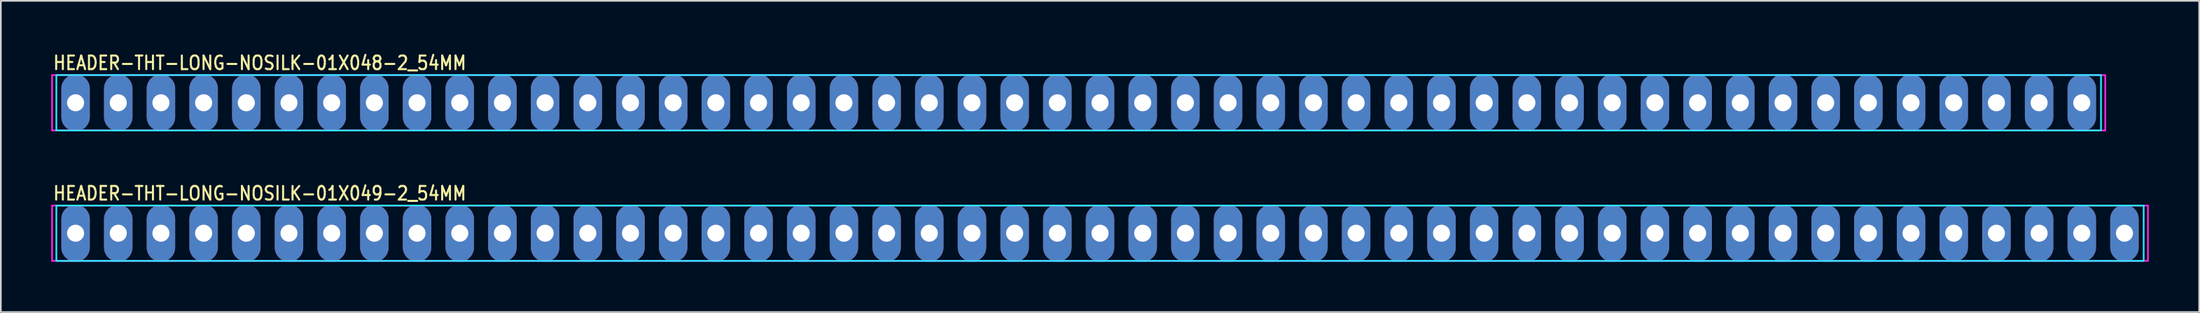
<source format=kicad_pcb>
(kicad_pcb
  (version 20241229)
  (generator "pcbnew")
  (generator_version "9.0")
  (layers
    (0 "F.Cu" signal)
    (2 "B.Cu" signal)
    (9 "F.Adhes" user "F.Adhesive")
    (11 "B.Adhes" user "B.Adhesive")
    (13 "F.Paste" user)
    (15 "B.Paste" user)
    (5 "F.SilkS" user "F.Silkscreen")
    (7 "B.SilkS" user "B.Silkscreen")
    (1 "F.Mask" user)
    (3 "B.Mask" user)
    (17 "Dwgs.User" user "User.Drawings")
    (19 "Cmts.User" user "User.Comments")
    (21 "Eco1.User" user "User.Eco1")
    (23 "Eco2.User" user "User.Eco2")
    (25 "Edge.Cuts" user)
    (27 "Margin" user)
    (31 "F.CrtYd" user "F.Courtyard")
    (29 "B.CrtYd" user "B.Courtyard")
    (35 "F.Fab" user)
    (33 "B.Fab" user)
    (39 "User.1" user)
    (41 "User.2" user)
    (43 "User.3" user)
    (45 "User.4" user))
  (footprint "HEADER-THT-LONG-NOSILK-01X048-2_54MM"
    (layer "F.Cu")
    (at 1.447 3.079)
    (property "Reference" "HEADER-THT-LONG-NOSILK-01X048-2_54MM" (at -1.4 -1.9 0) (unlocked yes) (layer "F.SilkS") (effects (font (size 0.813 0.695) (thickness 0.122)) (justify left bottom)))
    (fp_poly (pts (xy -1.143 -1.651) (xy 120.523 -1.651) (xy 120.523 1.651) (xy -1.143 1.651)) (stroke (width 0.1) (type solid)) (fill no) (layer "B.CrtYd"))
    (fp_poly (pts (xy -1.397 -1.651) (xy 120.777 -1.651) (xy 120.777 1.651) (xy -1.397 1.651)) (stroke (width 0.1) (type solid)) (fill no) (layer "F.CrtYd"))
    (pad "1" thru_hole oval (at 0 0 90) (size 3.387 1.693) (drill 1.016) (layers "*.Cu" "*.Mask"))
    (pad "2" thru_hole oval (at 2.54 0 90) (size 3.387 1.693) (drill 1.016) (layers "*.Cu" "*.Mask"))
    (pad "3" thru_hole oval (at 5.08 0 90) (size 3.387 1.693) (drill 1.016) (layers "*.Cu" "*.Mask"))
    (pad "4" thru_hole oval (at 7.62 0 90) (size 3.387 1.693) (drill 1.016) (layers "*.Cu" "*.Mask"))
    (pad "5" thru_hole oval (at 10.16 0 90) (size 3.387 1.693) (drill 1.016) (layers "*.Cu" "*.Mask"))
    (pad "6" thru_hole oval (at 12.7 0 90) (size 3.387 1.693) (drill 1.016) (layers "*.Cu" "*.Mask"))
    (pad "7" thru_hole oval (at 15.24 0 90) (size 3.387 1.693) (drill 1.016) (layers "*.Cu" "*.Mask"))
    (pad "8" thru_hole oval (at 17.78 0 90) (size 3.387 1.693) (drill 1.016) (layers "*.Cu" "*.Mask"))
    (pad "9" thru_hole oval (at 20.32 0 90) (size 3.387 1.693) (drill 1.016) (layers "*.Cu" "*.Mask"))
    (pad "10" thru_hole oval (at 22.86 0 90) (size 3.387 1.693) (drill 1.016) (layers "*.Cu" "*.Mask"))
    (pad "11" thru_hole oval (at 25.4 0 90) (size 3.387 1.693) (drill 1.016) (layers "*.Cu" "*.Mask"))
    (pad "12" thru_hole oval (at 27.94 0 90) (size 3.387 1.693) (drill 1.016) (layers "*.Cu" "*.Mask"))
    (pad "13" thru_hole oval (at 30.48 0 90) (size 3.387 1.693) (drill 1.016) (layers "*.Cu" "*.Mask"))
    (pad "14" thru_hole oval (at 33.02 0 90) (size 3.387 1.693) (drill 1.016) (layers "*.Cu" "*.Mask"))
    (pad "15" thru_hole oval (at 35.56 0 90) (size 3.387 1.693) (drill 1.016) (layers "*.Cu" "*.Mask"))
    (pad "16" thru_hole oval (at 38.1 0 90) (size 3.387 1.693) (drill 1.016) (layers "*.Cu" "*.Mask"))
    (pad "17" thru_hole oval (at 40.64 0 90) (size 3.387 1.693) (drill 1.016) (layers "*.Cu" "*.Mask"))
    (pad "18" thru_hole oval (at 43.18 0 90) (size 3.387 1.693) (drill 1.016) (layers "*.Cu" "*.Mask"))
    (pad "19" thru_hole oval (at 45.72 0 90) (size 3.387 1.693) (drill 1.016) (layers "*.Cu" "*.Mask"))
    (pad "20" thru_hole oval (at 48.26 0 90) (size 3.387 1.693) (drill 1.016) (layers "*.Cu" "*.Mask"))
    (pad "21" thru_hole oval (at 50.8 0 90) (size 3.387 1.693) (drill 1.016) (layers "*.Cu" "*.Mask"))
    (pad "22" thru_hole oval (at 53.34 0 90) (size 3.387 1.693) (drill 1.016) (layers "*.Cu" "*.Mask"))
    (pad "23" thru_hole oval (at 55.88 0 90) (size 3.387 1.693) (drill 1.016) (layers "*.Cu" "*.Mask"))
    (pad "24" thru_hole oval (at 58.42 0 90) (size 3.387 1.693) (drill 1.016) (layers "*.Cu" "*.Mask"))
    (pad "25" thru_hole oval (at 60.96 0 90) (size 3.387 1.693) (drill 1.016) (layers "*.Cu" "*.Mask"))
    (pad "26" thru_hole oval (at 63.5 0 90) (size 3.387 1.693) (drill 1.016) (layers "*.Cu" "*.Mask"))
    (pad "27" thru_hole oval (at 66.04 0 90) (size 3.387 1.693) (drill 1.016) (layers "*.Cu" "*.Mask"))
    (pad "28" thru_hole oval (at 68.58 0 90) (size 3.387 1.693) (drill 1.016) (layers "*.Cu" "*.Mask"))
    (pad "29" thru_hole oval (at 71.12 0 90) (size 3.387 1.693) (drill 1.016) (layers "*.Cu" "*.Mask"))
    (pad "30" thru_hole oval (at 73.66 0 90) (size 3.387 1.693) (drill 1.016) (layers "*.Cu" "*.Mask"))
    (pad "31" thru_hole oval (at 76.2 0 90) (size 3.387 1.693) (drill 1.016) (layers "*.Cu" "*.Mask"))
    (pad "32" thru_hole oval (at 78.74 0 90) (size 3.387 1.693) (drill 1.016) (layers "*.Cu" "*.Mask"))
    (pad "33" thru_hole oval (at 81.28 0 90) (size 3.387 1.693) (drill 1.016) (layers "*.Cu" "*.Mask"))
    (pad "34" thru_hole oval (at 83.82 0 90) (size 3.387 1.693) (drill 1.016) (layers "*.Cu" "*.Mask"))
    (pad "35" thru_hole oval (at 86.36 0 90) (size 3.387 1.693) (drill 1.016) (layers "*.Cu" "*.Mask"))
    (pad "36" thru_hole oval (at 88.9 0 90) (size 3.387 1.693) (drill 1.016) (layers "*.Cu" "*.Mask"))
    (pad "37" thru_hole oval (at 91.44 0 90) (size 3.387 1.693) (drill 1.016) (layers "*.Cu" "*.Mask"))
    (pad "38" thru_hole oval (at 93.98 0 90) (size 3.387 1.693) (drill 1.016) (layers "*.Cu" "*.Mask"))
    (pad "39" thru_hole oval (at 96.52 0 90) (size 3.387 1.693) (drill 1.016) (layers "*.Cu" "*.Mask"))
    (pad "40" thru_hole oval (at 99.06 0 90) (size 3.387 1.693) (drill 1.016) (layers "*.Cu" "*.Mask"))
    (pad "41" thru_hole oval (at 101.6 0 90) (size 3.387 1.693) (drill 1.016) (layers "*.Cu" "*.Mask"))
    (pad "42" thru_hole oval (at 104.14 0 90) (size 3.387 1.693) (drill 1.016) (layers "*.Cu" "*.Mask"))
    (pad "43" thru_hole oval (at 106.68 0 90) (size 3.387 1.693) (drill 1.016) (layers "*.Cu" "*.Mask"))
    (pad "44" thru_hole oval (at 109.22 0 90) (size 3.387 1.693) (drill 1.016) (layers "*.Cu" "*.Mask"))
    (pad "45" thru_hole oval (at 111.76 0 90) (size 3.387 1.693) (drill 1.016) (layers "*.Cu" "*.Mask"))
    (pad "46" thru_hole oval (at 114.3 0 90) (size 3.387 1.693) (drill 1.016) (layers "*.Cu" "*.Mask"))
    (pad "47" thru_hole oval (at 116.84 0 90) (size 3.387 1.693) (drill 1.016) (layers "*.Cu" "*.Mask"))
    (pad "48" thru_hole oval (at 119.38 0 90) (size 3.387 1.693) (drill 1.016) (layers "*.Cu" "*.Mask")))
  (footprint "HEADER-THT-LONG-NOSILK-01X049-2_54MM"
    (layer "F.Cu")
    (at 1.447 10.858)
    (property "Reference" "HEADER-THT-LONG-NOSILK-01X049-2_54MM" (at -1.4 -1.9 0) (unlocked yes) (layer "F.SilkS") (effects (font (size 0.813 0.695) (thickness 0.122)) (justify left bottom)))
    (fp_poly (pts (xy -1.143 -1.651) (xy 123.063 -1.651) (xy 123.063 1.651) (xy -1.143 1.651)) (stroke (width 0.1) (type solid)) (fill no) (layer "B.CrtYd"))
    (fp_poly (pts (xy -1.397 -1.651) (xy 123.317 -1.651) (xy 123.317 1.651) (xy -1.397 1.651)) (stroke (width 0.1) (type solid)) (fill no) (layer "F.CrtYd"))
    (pad "1" thru_hole oval (at 0 0 90) (size 3.387 1.693) (drill 1.016) (layers "*.Cu" "*.Mask"))
    (pad "2" thru_hole oval (at 2.54 0 90) (size 3.387 1.693) (drill 1.016) (layers "*.Cu" "*.Mask"))
    (pad "3" thru_hole oval (at 5.08 0 90) (size 3.387 1.693) (drill 1.016) (layers "*.Cu" "*.Mask"))
    (pad "4" thru_hole oval (at 7.62 0 90) (size 3.387 1.693) (drill 1.016) (layers "*.Cu" "*.Mask"))
    (pad "5" thru_hole oval (at 10.16 0 90) (size 3.387 1.693) (drill 1.016) (layers "*.Cu" "*.Mask"))
    (pad "6" thru_hole oval (at 12.7 0 90) (size 3.387 1.693) (drill 1.016) (layers "*.Cu" "*.Mask"))
    (pad "7" thru_hole oval (at 15.24 0 90) (size 3.387 1.693) (drill 1.016) (layers "*.Cu" "*.Mask"))
    (pad "8" thru_hole oval (at 17.78 0 90) (size 3.387 1.693) (drill 1.016) (layers "*.Cu" "*.Mask"))
    (pad "9" thru_hole oval (at 20.32 0 90) (size 3.387 1.693) (drill 1.016) (layers "*.Cu" "*.Mask"))
    (pad "10" thru_hole oval (at 22.86 0 90) (size 3.387 1.693) (drill 1.016) (layers "*.Cu" "*.Mask"))
    (pad "11" thru_hole oval (at 25.4 0 90) (size 3.387 1.693) (drill 1.016) (layers "*.Cu" "*.Mask"))
    (pad "12" thru_hole oval (at 27.94 0 90) (size 3.387 1.693) (drill 1.016) (layers "*.Cu" "*.Mask"))
    (pad "13" thru_hole oval (at 30.48 0 90) (size 3.387 1.693) (drill 1.016) (layers "*.Cu" "*.Mask"))
    (pad "14" thru_hole oval (at 33.02 0 90) (size 3.387 1.693) (drill 1.016) (layers "*.Cu" "*.Mask"))
    (pad "15" thru_hole oval (at 35.56 0 90) (size 3.387 1.693) (drill 1.016) (layers "*.Cu" "*.Mask"))
    (pad "16" thru_hole oval (at 38.1 0 90) (size 3.387 1.693) (drill 1.016) (layers "*.Cu" "*.Mask"))
    (pad "17" thru_hole oval (at 40.64 0 90) (size 3.387 1.693) (drill 1.016) (layers "*.Cu" "*.Mask"))
    (pad "18" thru_hole oval (at 43.18 0 90) (size 3.387 1.693) (drill 1.016) (layers "*.Cu" "*.Mask"))
    (pad "19" thru_hole oval (at 45.72 0 90) (size 3.387 1.693) (drill 1.016) (layers "*.Cu" "*.Mask"))
    (pad "20" thru_hole oval (at 48.26 0 90) (size 3.387 1.693) (drill 1.016) (layers "*.Cu" "*.Mask"))
    (pad "21" thru_hole oval (at 50.8 0 90) (size 3.387 1.693) (drill 1.016) (layers "*.Cu" "*.Mask"))
    (pad "22" thru_hole oval (at 53.34 0 90) (size 3.387 1.693) (drill 1.016) (layers "*.Cu" "*.Mask"))
    (pad "23" thru_hole oval (at 55.88 0 90) (size 3.387 1.693) (drill 1.016) (layers "*.Cu" "*.Mask"))
    (pad "24" thru_hole oval (at 58.42 0 90) (size 3.387 1.693) (drill 1.016) (layers "*.Cu" "*.Mask"))
    (pad "25" thru_hole oval (at 60.96 0 90) (size 3.387 1.693) (drill 1.016) (layers "*.Cu" "*.Mask"))
    (pad "26" thru_hole oval (at 63.5 0 90) (size 3.387 1.693) (drill 1.016) (layers "*.Cu" "*.Mask"))
    (pad "27" thru_hole oval (at 66.04 0 90) (size 3.387 1.693) (drill 1.016) (layers "*.Cu" "*.Mask"))
    (pad "28" thru_hole oval (at 68.58 0 90) (size 3.387 1.693) (drill 1.016) (layers "*.Cu" "*.Mask"))
    (pad "29" thru_hole oval (at 71.12 0 90) (size 3.387 1.693) (drill 1.016) (layers "*.Cu" "*.Mask"))
    (pad "30" thru_hole oval (at 73.66 0 90) (size 3.387 1.693) (drill 1.016) (layers "*.Cu" "*.Mask"))
    (pad "31" thru_hole oval (at 76.2 0 90) (size 3.387 1.693) (drill 1.016) (layers "*.Cu" "*.Mask"))
    (pad "32" thru_hole oval (at 78.74 0 90) (size 3.387 1.693) (drill 1.016) (layers "*.Cu" "*.Mask"))
    (pad "33" thru_hole oval (at 81.28 0 90) (size 3.387 1.693) (drill 1.016) (layers "*.Cu" "*.Mask"))
    (pad "34" thru_hole oval (at 83.82 0 90) (size 3.387 1.693) (drill 1.016) (layers "*.Cu" "*.Mask"))
    (pad "35" thru_hole oval (at 86.36 0 90) (size 3.387 1.693) (drill 1.016) (layers "*.Cu" "*.Mask"))
    (pad "36" thru_hole oval (at 88.9 0 90) (size 3.387 1.693) (drill 1.016) (layers "*.Cu" "*.Mask"))
    (pad "37" thru_hole oval (at 91.44 0 90) (size 3.387 1.693) (drill 1.016) (layers "*.Cu" "*.Mask"))
    (pad "38" thru_hole oval (at 93.98 0 90) (size 3.387 1.693) (drill 1.016) (layers "*.Cu" "*.Mask"))
    (pad "39" thru_hole oval (at 96.52 0 90) (size 3.387 1.693) (drill 1.016) (layers "*.Cu" "*.Mask"))
    (pad "40" thru_hole oval (at 99.06 0 90) (size 3.387 1.693) (drill 1.016) (layers "*.Cu" "*.Mask"))
    (pad "41" thru_hole oval (at 101.6 0 90) (size 3.387 1.693) (drill 1.016) (layers "*.Cu" "*.Mask"))
    (pad "42" thru_hole oval (at 104.14 0 90) (size 3.387 1.693) (drill 1.016) (layers "*.Cu" "*.Mask"))
    (pad "43" thru_hole oval (at 106.68 0 90) (size 3.387 1.693) (drill 1.016) (layers "*.Cu" "*.Mask"))
    (pad "44" thru_hole oval (at 109.22 0 90) (size 3.387 1.693) (drill 1.016) (layers "*.Cu" "*.Mask"))
    (pad "45" thru_hole oval (at 111.76 0 90) (size 3.387 1.693) (drill 1.016) (layers "*.Cu" "*.Mask"))
    (pad "46" thru_hole oval (at 114.3 0 90) (size 3.387 1.693) (drill 1.016) (layers "*.Cu" "*.Mask"))
    (pad "47" thru_hole oval (at 116.84 0 90) (size 3.387 1.693) (drill 1.016) (layers "*.Cu" "*.Mask"))
    (pad "48" thru_hole oval (at 119.38 0 90) (size 3.387 1.693) (drill 1.016) (layers "*.Cu" "*.Mask"))
    (pad "49" thru_hole oval (at 121.92 0 90) (size 3.387 1.693) (drill 1.016) (layers "*.Cu" "*.Mask")))
  (gr_rect
    (start -3 -3)
    (end 127.814 15.559)
    (stroke (width 0.1) (type default))
    (fill no)
    (layer "Edge.Cuts")))
</source>
